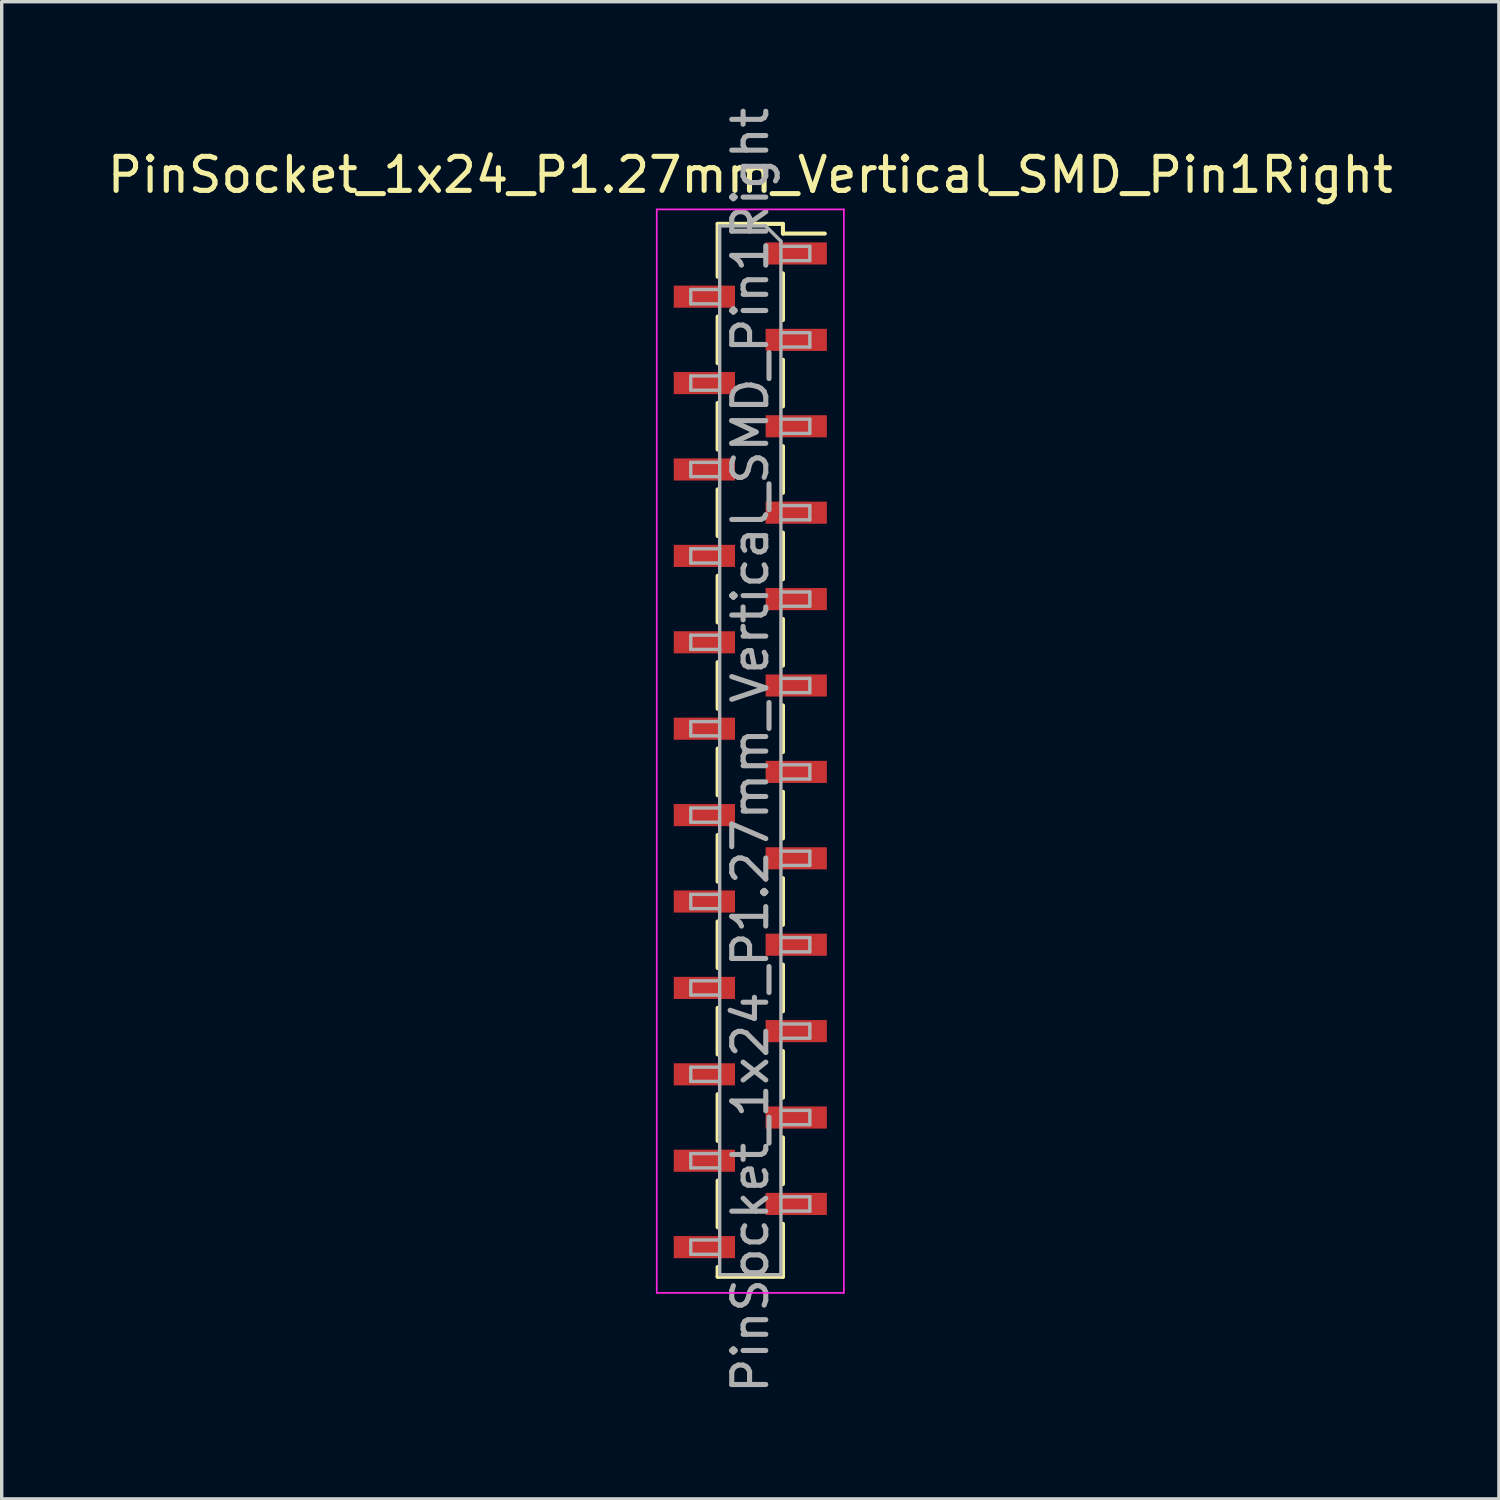
<source format=kicad_pcb>
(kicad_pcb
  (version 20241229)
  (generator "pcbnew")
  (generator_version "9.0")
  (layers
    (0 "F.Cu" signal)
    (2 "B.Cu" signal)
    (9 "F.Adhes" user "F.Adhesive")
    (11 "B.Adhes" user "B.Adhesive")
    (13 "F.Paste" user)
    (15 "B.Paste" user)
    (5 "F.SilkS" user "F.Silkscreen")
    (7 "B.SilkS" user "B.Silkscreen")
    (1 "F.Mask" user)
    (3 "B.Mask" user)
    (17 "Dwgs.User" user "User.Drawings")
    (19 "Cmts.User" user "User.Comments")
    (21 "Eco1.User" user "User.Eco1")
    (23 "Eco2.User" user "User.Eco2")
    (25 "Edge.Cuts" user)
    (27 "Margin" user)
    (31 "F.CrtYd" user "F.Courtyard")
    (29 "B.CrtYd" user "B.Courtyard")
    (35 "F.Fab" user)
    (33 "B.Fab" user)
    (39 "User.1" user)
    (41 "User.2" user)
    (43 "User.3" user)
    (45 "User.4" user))
  (footprint "PinSocket_1x24_P1.27mm_Vertical_SMD_Pin1Right"
    (layer "F.Cu")
    (at 19.006 19.006)
    (property "Reference" "PinSocket_1x24_P1.27mm_Vertical_SMD_Pin1Right" (at 0 -16.915 0) (layer "F.SilkS") (effects (font (size 1 1) (thickness 0.15))))
    (attr smd)
    (fp_line (start -0.96 -15.475) (end -0.96 -13.92) (stroke (width 0.12) (type solid)) (layer "F.SilkS"))
    (fp_line (start -0.96 -15.475) (end 0.96 -15.475) (stroke (width 0.12) (type solid)) (layer "F.SilkS"))
    (fp_line (start -0.96 -12.75) (end -0.96 -11.38) (stroke (width 0.12) (type solid)) (layer "F.SilkS"))
    (fp_line (start -0.96 -10.21) (end -0.96 -8.84) (stroke (width 0.12) (type solid)) (layer "F.SilkS"))
    (fp_line (start -0.96 -7.67) (end -0.96 -6.3) (stroke (width 0.12) (type solid)) (layer "F.SilkS"))
    (fp_line (start -0.96 -5.13) (end -0.96 -3.76) (stroke (width 0.12) (type solid)) (layer "F.SilkS"))
    (fp_line (start -0.96 -2.59) (end -0.96 -1.22) (stroke (width 0.12) (type solid)) (layer "F.SilkS"))
    (fp_line (start -0.96 -0.05) (end -0.96 1.32) (stroke (width 0.12) (type solid)) (layer "F.SilkS"))
    (fp_line (start -0.96 2.49) (end -0.96 3.86) (stroke (width 0.12) (type solid)) (layer "F.SilkS"))
    (fp_line (start -0.96 5.03) (end -0.96 6.4) (stroke (width 0.12) (type solid)) (layer "F.SilkS"))
    (fp_line (start -0.96 7.57) (end -0.96 8.94) (stroke (width 0.12) (type solid)) (layer "F.SilkS"))
    (fp_line (start -0.96 10.11) (end -0.96 11.48) (stroke (width 0.12) (type solid)) (layer "F.SilkS"))
    (fp_line (start -0.96 12.65) (end -0.96 14.02) (stroke (width 0.12) (type solid)) (layer "F.SilkS"))
    (fp_line (start -0.96 15.19) (end -0.96 15.475) (stroke (width 0.12) (type solid)) (layer "F.SilkS"))
    (fp_line (start -0.96 15.475) (end 0.96 15.475) (stroke (width 0.12) (type solid)) (layer "F.SilkS"))
    (fp_line (start 0.96 -15.475) (end 0.96 -15.19) (stroke (width 0.12) (type solid)) (layer "F.SilkS"))
    (fp_line (start 0.96 -15.19) (end 2.19 -15.19) (stroke (width 0.12) (type solid)) (layer "F.SilkS"))
    (fp_line (start 0.96 -14.02) (end 0.96 -12.65) (stroke (width 0.12) (type solid)) (layer "F.SilkS"))
    (fp_line (start 0.96 -11.48) (end 0.96 -10.11) (stroke (width 0.12) (type solid)) (layer "F.SilkS"))
    (fp_line (start 0.96 -8.94) (end 0.96 -7.57) (stroke (width 0.12) (type solid)) (layer "F.SilkS"))
    (fp_line (start 0.96 -6.4) (end 0.96 -5.03) (stroke (width 0.12) (type solid)) (layer "F.SilkS"))
    (fp_line (start 0.96 -3.86) (end 0.96 -2.49) (stroke (width 0.12) (type solid)) (layer "F.SilkS"))
    (fp_line (start 0.96 -1.32) (end 0.96 0.05) (stroke (width 0.12) (type solid)) (layer "F.SilkS"))
    (fp_line (start 0.96 1.22) (end 0.96 2.59) (stroke (width 0.12) (type solid)) (layer "F.SilkS"))
    (fp_line (start 0.96 3.76) (end 0.96 5.13) (stroke (width 0.12) (type solid)) (layer "F.SilkS"))
    (fp_line (start 0.96 6.3) (end 0.96 7.67) (stroke (width 0.12) (type solid)) (layer "F.SilkS"))
    (fp_line (start 0.96 8.84) (end 0.96 10.21) (stroke (width 0.12) (type solid)) (layer "F.SilkS"))
    (fp_line (start 0.96 11.38) (end 0.96 12.75) (stroke (width 0.12) (type solid)) (layer "F.SilkS"))
    (fp_line (start 0.96 13.92) (end 0.96 15.475) (stroke (width 0.12) (type solid)) (layer "F.SilkS"))
    (fp_line (start -2.75 -15.9) (end 2.75 -15.9) (stroke (width 0.05) (type solid)) (layer "F.CrtYd"))
    (fp_line (start -2.75 15.95) (end -2.75 -15.9) (stroke (width 0.05) (type solid)) (layer "F.CrtYd"))
    (fp_line (start 2.75 -15.9) (end 2.75 15.95) (stroke (width 0.05) (type solid)) (layer "F.CrtYd"))
    (fp_line (start 2.75 15.95) (end -2.75 15.95) (stroke (width 0.05) (type solid)) (layer "F.CrtYd"))
    (fp_line (start -1.75 -13.545) (end -0.9 -13.545) (stroke (width 0.1) (type solid)) (layer "F.Fab"))
    (fp_line (start -1.75 -13.125) (end -1.75 -13.545) (stroke (width 0.1) (type solid)) (layer "F.Fab"))
    (fp_line (start -1.75 -11.005) (end -0.9 -11.005) (stroke (width 0.1) (type solid)) (layer "F.Fab"))
    (fp_line (start -1.75 -10.585) (end -1.75 -11.005) (stroke (width 0.1) (type solid)) (layer "F.Fab"))
    (fp_line (start -1.75 -8.465) (end -0.9 -8.465) (stroke (width 0.1) (type solid)) (layer "F.Fab"))
    (fp_line (start -1.75 -8.045) (end -1.75 -8.465) (stroke (width 0.1) (type solid)) (layer "F.Fab"))
    (fp_line (start -1.75 -5.925) (end -0.9 -5.925) (stroke (width 0.1) (type solid)) (layer "F.Fab"))
    (fp_line (start -1.75 -5.505) (end -1.75 -5.925) (stroke (width 0.1) (type solid)) (layer "F.Fab"))
    (fp_line (start -1.75 -3.385) (end -0.9 -3.385) (stroke (width 0.1) (type solid)) (layer "F.Fab"))
    (fp_line (start -1.75 -2.965) (end -1.75 -3.385) (stroke (width 0.1) (type solid)) (layer "F.Fab"))
    (fp_line (start -1.75 -0.845) (end -0.9 -0.845) (stroke (width 0.1) (type solid)) (layer "F.Fab"))
    (fp_line (start -1.75 -0.425) (end -1.75 -0.845) (stroke (width 0.1) (type solid)) (layer "F.Fab"))
    (fp_line (start -1.75 1.695) (end -0.9 1.695) (stroke (width 0.1) (type solid)) (layer "F.Fab"))
    (fp_line (start -1.75 2.115) (end -1.75 1.695) (stroke (width 0.1) (type solid)) (layer "F.Fab"))
    (fp_line (start -1.75 4.235) (end -0.9 4.235) (stroke (width 0.1) (type solid)) (layer "F.Fab"))
    (fp_line (start -1.75 4.655) (end -1.75 4.235) (stroke (width 0.1) (type solid)) (layer "F.Fab"))
    (fp_line (start -1.75 6.775) (end -0.9 6.775) (stroke (width 0.1) (type solid)) (layer "F.Fab"))
    (fp_line (start -1.75 7.195) (end -1.75 6.775) (stroke (width 0.1) (type solid)) (layer "F.Fab"))
    (fp_line (start -1.75 9.315) (end -0.9 9.315) (stroke (width 0.1) (type solid)) (layer "F.Fab"))
    (fp_line (start -1.75 9.735) (end -1.75 9.315) (stroke (width 0.1) (type solid)) (layer "F.Fab"))
    (fp_line (start -1.75 11.855) (end -0.9 11.855) (stroke (width 0.1) (type solid)) (layer "F.Fab"))
    (fp_line (start -1.75 12.275) (end -1.75 11.855) (stroke (width 0.1) (type solid)) (layer "F.Fab"))
    (fp_line (start -1.75 14.395) (end -0.9 14.395) (stroke (width 0.1) (type solid)) (layer "F.Fab"))
    (fp_line (start -1.75 14.815) (end -1.75 14.395) (stroke (width 0.1) (type solid)) (layer "F.Fab"))
    (fp_line (start -0.9 -15.415) (end 0.45 -15.415) (stroke (width 0.1) (type solid)) (layer "F.Fab"))
    (fp_line (start -0.9 -13.125) (end -1.75 -13.125) (stroke (width 0.1) (type solid)) (layer "F.Fab"))
    (fp_line (start -0.9 -10.585) (end -1.75 -10.585) (stroke (width 0.1) (type solid)) (layer "F.Fab"))
    (fp_line (start -0.9 -8.045) (end -1.75 -8.045) (stroke (width 0.1) (type solid)) (layer "F.Fab"))
    (fp_line (start -0.9 -5.505) (end -1.75 -5.505) (stroke (width 0.1) (type solid)) (layer "F.Fab"))
    (fp_line (start -0.9 -2.965) (end -1.75 -2.965) (stroke (width 0.1) (type solid)) (layer "F.Fab"))
    (fp_line (start -0.9 -0.425) (end -1.75 -0.425) (stroke (width 0.1) (type solid)) (layer "F.Fab"))
    (fp_line (start -0.9 2.115) (end -1.75 2.115) (stroke (width 0.1) (type solid)) (layer "F.Fab"))
    (fp_line (start -0.9 4.655) (end -1.75 4.655) (stroke (width 0.1) (type solid)) (layer "F.Fab"))
    (fp_line (start -0.9 7.195) (end -1.75 7.195) (stroke (width 0.1) (type solid)) (layer "F.Fab"))
    (fp_line (start -0.9 9.735) (end -1.75 9.735) (stroke (width 0.1) (type solid)) (layer "F.Fab"))
    (fp_line (start -0.9 12.275) (end -1.75 12.275) (stroke (width 0.1) (type solid)) (layer "F.Fab"))
    (fp_line (start -0.9 14.815) (end -1.75 14.815) (stroke (width 0.1) (type solid)) (layer "F.Fab"))
    (fp_line (start -0.9 15.415) (end -0.9 -15.415) (stroke (width 0.1) (type solid)) (layer "F.Fab"))
    (fp_line (start 0.45 -15.415) (end 0.9 -14.965) (stroke (width 0.1) (type solid)) (layer "F.Fab"))
    (fp_line (start 0.9 -14.965) (end 0.9 15.415) (stroke (width 0.1) (type solid)) (layer "F.Fab"))
    (fp_line (start 0.9 -14.815) (end 1.75 -14.815) (stroke (width 0.1) (type solid)) (layer "F.Fab"))
    (fp_line (start 0.9 -12.275) (end 1.75 -12.275) (stroke (width 0.1) (type solid)) (layer "F.Fab"))
    (fp_line (start 0.9 -9.735) (end 1.75 -9.735) (stroke (width 0.1) (type solid)) (layer "F.Fab"))
    (fp_line (start 0.9 -7.195) (end 1.75 -7.195) (stroke (width 0.1) (type solid)) (layer "F.Fab"))
    (fp_line (start 0.9 -4.655) (end 1.75 -4.655) (stroke (width 0.1) (type solid)) (layer "F.Fab"))
    (fp_line (start 0.9 -2.115) (end 1.75 -2.115) (stroke (width 0.1) (type solid)) (layer "F.Fab"))
    (fp_line (start 0.9 0.425) (end 1.75 0.425) (stroke (width 0.1) (type solid)) (layer "F.Fab"))
    (fp_line (start 0.9 2.965) (end 1.75 2.965) (stroke (width 0.1) (type solid)) (layer "F.Fab"))
    (fp_line (start 0.9 5.505) (end 1.75 5.505) (stroke (width 0.1) (type solid)) (layer "F.Fab"))
    (fp_line (start 0.9 8.045) (end 1.75 8.045) (stroke (width 0.1) (type solid)) (layer "F.Fab"))
    (fp_line (start 0.9 10.585) (end 1.75 10.585) (stroke (width 0.1) (type solid)) (layer "F.Fab"))
    (fp_line (start 0.9 13.125) (end 1.75 13.125) (stroke (width 0.1) (type solid)) (layer "F.Fab"))
    (fp_line (start 0.9 15.415) (end -0.9 15.415) (stroke (width 0.1) (type solid)) (layer "F.Fab"))
    (fp_line (start 1.75 -14.815) (end 1.75 -14.395) (stroke (width 0.1) (type solid)) (layer "F.Fab"))
    (fp_line (start 1.75 -14.395) (end 0.9 -14.395) (stroke (width 0.1) (type solid)) (layer "F.Fab"))
    (fp_line (start 1.75 -12.275) (end 1.75 -11.855) (stroke (width 0.1) (type solid)) (layer "F.Fab"))
    (fp_line (start 1.75 -11.855) (end 0.9 -11.855) (stroke (width 0.1) (type solid)) (layer "F.Fab"))
    (fp_line (start 1.75 -9.735) (end 1.75 -9.315) (stroke (width 0.1) (type solid)) (layer "F.Fab"))
    (fp_line (start 1.75 -9.315) (end 0.9 -9.315) (stroke (width 0.1) (type solid)) (layer "F.Fab"))
    (fp_line (start 1.75 -7.195) (end 1.75 -6.775) (stroke (width 0.1) (type solid)) (layer "F.Fab"))
    (fp_line (start 1.75 -6.775) (end 0.9 -6.775) (stroke (width 0.1) (type solid)) (layer "F.Fab"))
    (fp_line (start 1.75 -4.655) (end 1.75 -4.235) (stroke (width 0.1) (type solid)) (layer "F.Fab"))
    (fp_line (start 1.75 -4.235) (end 0.9 -4.235) (stroke (width 0.1) (type solid)) (layer "F.Fab"))
    (fp_line (start 1.75 -2.115) (end 1.75 -1.695) (stroke (width 0.1) (type solid)) (layer "F.Fab"))
    (fp_line (start 1.75 -1.695) (end 0.9 -1.695) (stroke (width 0.1) (type solid)) (layer "F.Fab"))
    (fp_line (start 1.75 0.425) (end 1.75 0.845) (stroke (width 0.1) (type solid)) (layer "F.Fab"))
    (fp_line (start 1.75 0.845) (end 0.9 0.845) (stroke (width 0.1) (type solid)) (layer "F.Fab"))
    (fp_line (start 1.75 2.965) (end 1.75 3.385) (stroke (width 0.1) (type solid)) (layer "F.Fab"))
    (fp_line (start 1.75 3.385) (end 0.9 3.385) (stroke (width 0.1) (type solid)) (layer "F.Fab"))
    (fp_line (start 1.75 5.505) (end 1.75 5.925) (stroke (width 0.1) (type solid)) (layer "F.Fab"))
    (fp_line (start 1.75 5.925) (end 0.9 5.925) (stroke (width 0.1) (type solid)) (layer "F.Fab"))
    (fp_line (start 1.75 8.045) (end 1.75 8.465) (stroke (width 0.1) (type solid)) (layer "F.Fab"))
    (fp_line (start 1.75 8.465) (end 0.9 8.465) (stroke (width 0.1) (type solid)) (layer "F.Fab"))
    (fp_line (start 1.75 10.585) (end 1.75 11.005) (stroke (width 0.1) (type solid)) (layer "F.Fab"))
    (fp_line (start 1.75 11.005) (end 0.9 11.005) (stroke (width 0.1) (type solid)) (layer "F.Fab"))
    (fp_line (start 1.75 13.125) (end 1.75 13.545) (stroke (width 0.1) (type solid)) (layer "F.Fab"))
    (fp_line (start 1.75 13.545) (end 0.9 13.545) (stroke (width 0.1) (type solid)) (layer "F.Fab"))
    (fp_text user "${REFERENCE}" (at 0 0 90) (layer "F.Fab") (effects (font (size 1 1) (thickness 0.15))))
    (pad "1" smd rect (at 1.35 -14.605) (size 1.8 0.65) (layers "F.Cu" "F.Mask" "F.Paste"))
    (pad "2" smd rect (at -1.35 -13.335) (size 1.8 0.65) (layers "F.Cu" "F.Mask" "F.Paste"))
    (pad "3" smd rect (at 1.35 -12.065) (size 1.8 0.65) (layers "F.Cu" "F.Mask" "F.Paste"))
    (pad "4" smd rect (at -1.35 -10.795) (size 1.8 0.65) (layers "F.Cu" "F.Mask" "F.Paste"))
    (pad "5" smd rect (at 1.35 -9.525) (size 1.8 0.65) (layers "F.Cu" "F.Mask" "F.Paste"))
    (pad "6" smd rect (at -1.35 -8.255) (size 1.8 0.65) (layers "F.Cu" "F.Mask" "F.Paste"))
    (pad "7" smd rect (at 1.35 -6.985) (size 1.8 0.65) (layers "F.Cu" "F.Mask" "F.Paste"))
    (pad "8" smd rect (at -1.35 -5.715) (size 1.8 0.65) (layers "F.Cu" "F.Mask" "F.Paste"))
    (pad "9" smd rect (at 1.35 -4.445) (size 1.8 0.65) (layers "F.Cu" "F.Mask" "F.Paste"))
    (pad "10" smd rect (at -1.35 -3.175) (size 1.8 0.65) (layers "F.Cu" "F.Mask" "F.Paste"))
    (pad "11" smd rect (at 1.35 -1.905) (size 1.8 0.65) (layers "F.Cu" "F.Mask" "F.Paste"))
    (pad "12" smd rect (at -1.35 -0.635) (size 1.8 0.65) (layers "F.Cu" "F.Mask" "F.Paste"))
    (pad "13" smd rect (at 1.35 0.635) (size 1.8 0.65) (layers "F.Cu" "F.Mask" "F.Paste"))
    (pad "14" smd rect (at -1.35 1.905) (size 1.8 0.65) (layers "F.Cu" "F.Mask" "F.Paste"))
    (pad "15" smd rect (at 1.35 3.175) (size 1.8 0.65) (layers "F.Cu" "F.Mask" "F.Paste"))
    (pad "16" smd rect (at -1.35 4.445) (size 1.8 0.65) (layers "F.Cu" "F.Mask" "F.Paste"))
    (pad "17" smd rect (at 1.35 5.715) (size 1.8 0.65) (layers "F.Cu" "F.Mask" "F.Paste"))
    (pad "18" smd rect (at -1.35 6.985) (size 1.8 0.65) (layers "F.Cu" "F.Mask" "F.Paste"))
    (pad "19" smd rect (at 1.35 8.255) (size 1.8 0.65) (layers "F.Cu" "F.Mask" "F.Paste"))
    (pad "20" smd rect (at -1.35 9.525) (size 1.8 0.65) (layers "F.Cu" "F.Mask" "F.Paste"))
    (pad "21" smd rect (at 1.35 10.795) (size 1.8 0.65) (layers "F.Cu" "F.Mask" "F.Paste"))
    (pad "22" smd rect (at -1.35 12.065) (size 1.8 0.65) (layers "F.Cu" "F.Mask" "F.Paste"))
    (pad "23" smd rect (at 1.35 13.335) (size 1.8 0.65) (layers "F.Cu" "F.Mask" "F.Paste"))
    (pad "24" smd rect (at -1.35 14.605) (size 1.8 0.65) (layers "F.Cu" "F.Mask" "F.Paste")))
  (gr_rect
    (start -3 -3)
    (end 41.012 41.012)
    (stroke (width 0.1) (type default))
    (fill no)
    (layer "Edge.Cuts")))
</source>
